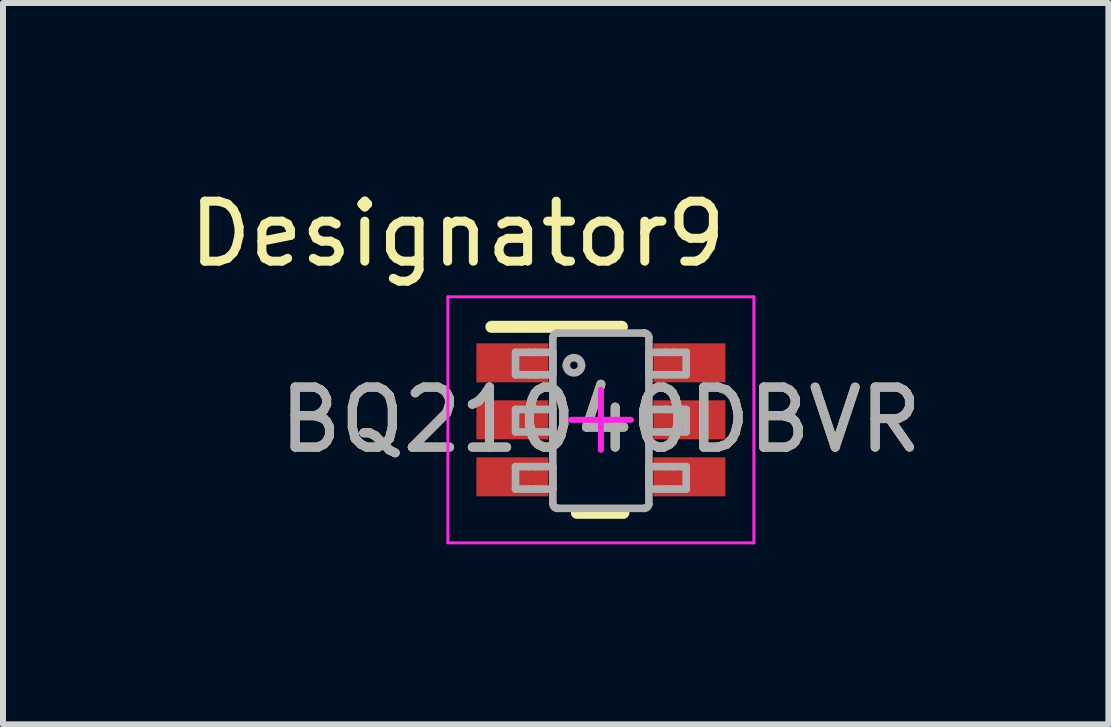
<source format=kicad_pcb>
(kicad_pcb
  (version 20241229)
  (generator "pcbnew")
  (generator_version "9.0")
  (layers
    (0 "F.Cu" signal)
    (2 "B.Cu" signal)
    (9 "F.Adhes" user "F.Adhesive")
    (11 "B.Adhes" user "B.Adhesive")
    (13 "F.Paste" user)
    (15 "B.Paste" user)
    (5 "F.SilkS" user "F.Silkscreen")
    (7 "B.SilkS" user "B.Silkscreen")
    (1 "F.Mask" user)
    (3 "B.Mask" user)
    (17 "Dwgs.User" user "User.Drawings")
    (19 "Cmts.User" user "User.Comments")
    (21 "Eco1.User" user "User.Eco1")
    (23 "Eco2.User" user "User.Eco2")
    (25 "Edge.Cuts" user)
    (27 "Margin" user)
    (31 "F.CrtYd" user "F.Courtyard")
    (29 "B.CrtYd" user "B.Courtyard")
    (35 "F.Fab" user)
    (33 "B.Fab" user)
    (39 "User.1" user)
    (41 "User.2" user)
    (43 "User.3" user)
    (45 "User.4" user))
  (footprint "BQ21040DBVR"
    (layer "F.Cu")
    (at 6.965 3.947)
    (property "Reference" "BQ21040DBVR" (at 0 0 0) (unlocked yes) (layer "F.SilkS") (effects (font (size 1 1) (thickness 0.15))))
    (attr smd)
    (fp_line (start -1.825 -1.55) (end 0.35 -1.55) (stroke (width 0.2) (type solid)) (layer "F.SilkS"))
    (fp_line (start -0.4 1.55) (end 0.375 1.55) (stroke (width 0.2) (type solid)) (layer "F.SilkS"))
    (fp_line (start -2.55 -2.05) (end 2.55 -2.05) (stroke (width 0.05) (type solid)) (layer "F.CrtYd"))
    (fp_line (start -2.55 2.05) (end -2.55 -2.05) (stroke (width 0.05) (type solid)) (layer "F.CrtYd"))
    (fp_line (start -2.55 2.05) (end 2.55 2.05) (stroke (width 0.05) (type solid)) (layer "F.CrtYd"))
    (fp_line (start -0.5 0) (end 0.5 0) (stroke (width 0.1) (type solid)) (layer "F.CrtYd"))
    (fp_line (start 0 0.5) (end 0 -0.5) (stroke (width 0.1) (type solid)) (layer "F.CrtYd"))
    (fp_line (start 2.55 2.05) (end 2.55 -2.05) (stroke (width 0.05) (type solid)) (layer "F.CrtYd"))
    (fp_line (start -1.423 -1.125) (end -1.206 -1.125) (stroke (width 0.127) (type solid)) (layer "F.Fab"))
    (fp_line (start -1.423 -0.751) (end -1.423 -1.125) (stroke (width 0.127) (type solid)) (layer "F.Fab"))
    (fp_line (start -1.423 -0.751) (end -1.206 -0.751) (stroke (width 0.127) (type solid)) (layer "F.Fab"))
    (fp_line (start -1.423 -0.173) (end -1.206 -0.173) (stroke (width 0.127) (type solid)) (layer "F.Fab"))
    (fp_line (start -1.423 0.202) (end -1.423 -0.173) (stroke (width 0.127) (type solid)) (layer "F.Fab"))
    (fp_line (start -1.423 0.202) (end -1.206 0.202) (stroke (width 0.127) (type solid)) (layer "F.Fab"))
    (fp_line (start -1.423 0.78) (end -1.206 0.78) (stroke (width 0.127) (type solid)) (layer "F.Fab"))
    (fp_line (start -1.423 1.154) (end -1.423 0.78) (stroke (width 0.127) (type solid)) (layer "F.Fab"))
    (fp_line (start -1.423 1.154) (end -1.206 1.154) (stroke (width 0.127) (type solid)) (layer "F.Fab"))
    (fp_line (start -1.206 -1.125) (end -1.113 -1.125) (stroke (width 0.127) (type solid)) (layer "F.Fab"))
    (fp_line (start -1.206 -0.751) (end -1.113 -0.751) (stroke (width 0.127) (type solid)) (layer "F.Fab"))
    (fp_line (start -1.206 -0.173) (end -1.113 -0.173) (stroke (width 0.127) (type solid)) (layer "F.Fab"))
    (fp_line (start -1.206 0.202) (end -1.113 0.202) (stroke (width 0.127) (type solid)) (layer "F.Fab"))
    (fp_line (start -1.206 0.78) (end -1.113 0.78) (stroke (width 0.127) (type solid)) (layer "F.Fab"))
    (fp_line (start -1.206 1.154) (end -1.113 1.154) (stroke (width 0.127) (type solid)) (layer "F.Fab"))
    (fp_line (start -1.113 -1.125) (end -1.081 -1.125) (stroke (width 0.127) (type solid)) (layer "F.Fab"))
    (fp_line (start -1.113 -0.751) (end -1.081 -0.751) (stroke (width 0.127) (type solid)) (layer "F.Fab"))
    (fp_line (start -1.113 -0.173) (end -1.081 -0.173) (stroke (width 0.127) (type solid)) (layer "F.Fab"))
    (fp_line (start -1.113 0.202) (end -1.081 0.202) (stroke (width 0.127) (type solid)) (layer "F.Fab"))
    (fp_line (start -1.113 0.78) (end -1.081 0.78) (stroke (width 0.127) (type solid)) (layer "F.Fab"))
    (fp_line (start -1.113 1.154) (end -1.081 1.154) (stroke (width 0.127) (type solid)) (layer "F.Fab"))
    (fp_line (start -1.081 -1.125) (end -0.828 -1.125) (stroke (width 0.127) (type solid)) (layer "F.Fab"))
    (fp_line (start -1.081 -0.751) (end -0.828 -0.751) (stroke (width 0.127) (type solid)) (layer "F.Fab"))
    (fp_line (start -1.081 -0.173) (end -0.828 -0.173) (stroke (width 0.127) (type solid)) (layer "F.Fab"))
    (fp_line (start -1.081 0.202) (end -0.828 0.202) (stroke (width 0.127) (type solid)) (layer "F.Fab"))
    (fp_line (start -1.081 0.78) (end -0.828 0.78) (stroke (width 0.127) (type solid)) (layer "F.Fab"))
    (fp_line (start -1.081 1.154) (end -0.828 1.154) (stroke (width 0.127) (type solid)) (layer "F.Fab"))
    (fp_line (start -0.828 -1.125) (end -0.801 -1.125) (stroke (width 0.127) (type solid)) (layer "F.Fab"))
    (fp_line (start -0.828 -0.751) (end -0.801 -0.751) (stroke (width 0.127) (type solid)) (layer "F.Fab"))
    (fp_line (start -0.828 -0.173) (end -0.801 -0.173) (stroke (width 0.127) (type solid)) (layer "F.Fab"))
    (fp_line (start -0.828 0.202) (end -0.801 0.202) (stroke (width 0.127) (type solid)) (layer "F.Fab"))
    (fp_line (start -0.828 0.78) (end -0.801 0.78) (stroke (width 0.127) (type solid)) (layer "F.Fab"))
    (fp_line (start -0.828 1.154) (end -0.801 1.154) (stroke (width 0.127) (type solid)) (layer "F.Fab"))
    (fp_line (start -0.801 -0.751) (end -0.801 -1.125) (stroke (width 0.127) (type solid)) (layer "F.Fab"))
    (fp_line (start -0.801 0.202) (end -0.801 -0.173) (stroke (width 0.127) (type solid)) (layer "F.Fab"))
    (fp_line (start -0.801 1.154) (end -0.801 0.78) (stroke (width 0.127) (type solid)) (layer "F.Fab"))
    (fp_line (start -0.801 1.399) (end -0.801 -1.37) (stroke (width 0.127) (type solid)) (layer "F.Fab"))
    (fp_line (start -0.725 -1.446) (end -0.724 -1.446) (stroke (width 0.127) (type solid)) (layer "F.Fab"))
    (fp_line (start -0.725 1.475) (end -0.724 1.475) (stroke (width 0.127) (type solid)) (layer "F.Fab"))
    (fp_line (start -0.724 -1.446) (end 0.723 -1.446) (stroke (width 0.127) (type solid)) (layer "F.Fab"))
    (fp_line (start -0.724 1.475) (end 0.723 1.475) (stroke (width 0.127) (type solid)) (layer "F.Fab"))
    (fp_line (start 0.723 -1.446) (end 0.724 -1.446) (stroke (width 0.127) (type solid)) (layer "F.Fab"))
    (fp_line (start 0.723 1.475) (end 0.724 1.475) (stroke (width 0.127) (type solid)) (layer "F.Fab"))
    (fp_line (start 0.8 -1.125) (end 0.827 -1.125) (stroke (width 0.127) (type solid)) (layer "F.Fab"))
    (fp_line (start 0.8 -0.751) (end 0.8 -1.125) (stroke (width 0.127) (type solid)) (layer "F.Fab"))
    (fp_line (start 0.8 -0.751) (end 0.827 -0.751) (stroke (width 0.127) (type solid)) (layer "F.Fab"))
    (fp_line (start 0.8 -0.173) (end 0.827 -0.173) (stroke (width 0.127) (type solid)) (layer "F.Fab"))
    (fp_line (start 0.8 0.202) (end 0.8 -0.173) (stroke (width 0.127) (type solid)) (layer "F.Fab"))
    (fp_line (start 0.8 0.202) (end 0.827 0.202) (stroke (width 0.127) (type solid)) (layer "F.Fab"))
    (fp_line (start 0.8 0.78) (end 0.827 0.78) (stroke (width 0.127) (type solid)) (layer "F.Fab"))
    (fp_line (start 0.8 1.154) (end 0.8 0.78) (stroke (width 0.127) (type solid)) (layer "F.Fab"))
    (fp_line (start 0.8 1.154) (end 0.827 1.154) (stroke (width 0.127) (type solid)) (layer "F.Fab"))
    (fp_line (start 0.8 1.399) (end 0.8 -1.37) (stroke (width 0.127) (type solid)) (layer "F.Fab"))
    (fp_line (start 0.827 -1.125) (end 1.08 -1.125) (stroke (width 0.127) (type solid)) (layer "F.Fab"))
    (fp_line (start 0.827 -0.751) (end 1.08 -0.751) (stroke (width 0.127) (type solid)) (layer "F.Fab"))
    (fp_line (start 0.827 -0.173) (end 1.08 -0.173) (stroke (width 0.127) (type solid)) (layer "F.Fab"))
    (fp_line (start 0.827 0.202) (end 1.08 0.202) (stroke (width 0.127) (type solid)) (layer "F.Fab"))
    (fp_line (start 0.827 0.78) (end 1.08 0.78) (stroke (width 0.127) (type solid)) (layer "F.Fab"))
    (fp_line (start 0.827 1.154) (end 1.08 1.154) (stroke (width 0.127) (type solid)) (layer "F.Fab"))
    (fp_line (start 1.08 -1.125) (end 1.112 -1.125) (stroke (width 0.127) (type solid)) (layer "F.Fab"))
    (fp_line (start 1.08 -0.751) (end 1.112 -0.751) (stroke (width 0.127) (type solid)) (layer "F.Fab"))
    (fp_line (start 1.08 -0.173) (end 1.112 -0.173) (stroke (width 0.127) (type solid)) (layer "F.Fab"))
    (fp_line (start 1.08 0.202) (end 1.112 0.202) (stroke (width 0.127) (type solid)) (layer "F.Fab"))
    (fp_line (start 1.08 0.78) (end 1.112 0.78) (stroke (width 0.127) (type solid)) (layer "F.Fab"))
    (fp_line (start 1.08 1.154) (end 1.112 1.154) (stroke (width 0.127) (type solid)) (layer "F.Fab"))
    (fp_line (start 1.112 -1.125) (end 1.205 -1.125) (stroke (width 0.127) (type solid)) (layer "F.Fab"))
    (fp_line (start 1.112 -0.751) (end 1.205 -0.751) (stroke (width 0.127) (type solid)) (layer "F.Fab"))
    (fp_line (start 1.112 -0.173) (end 1.205 -0.173) (stroke (width 0.127) (type solid)) (layer "F.Fab"))
    (fp_line (start 1.112 0.202) (end 1.205 0.202) (stroke (width 0.127) (type solid)) (layer "F.Fab"))
    (fp_line (start 1.112 0.78) (end 1.205 0.78) (stroke (width 0.127) (type solid)) (layer "F.Fab"))
    (fp_line (start 1.112 1.154) (end 1.205 1.154) (stroke (width 0.127) (type solid)) (layer "F.Fab"))
    (fp_line (start 1.205 -1.125) (end 1.422 -1.125) (stroke (width 0.127) (type solid)) (layer "F.Fab"))
    (fp_line (start 1.205 -0.751) (end 1.422 -0.751) (stroke (width 0.127) (type solid)) (layer "F.Fab"))
    (fp_line (start 1.205 -0.173) (end 1.422 -0.173) (stroke (width 0.127) (type solid)) (layer "F.Fab"))
    (fp_line (start 1.205 0.202) (end 1.422 0.202) (stroke (width 0.127) (type solid)) (layer "F.Fab"))
    (fp_line (start 1.205 0.78) (end 1.422 0.78) (stroke (width 0.127) (type solid)) (layer "F.Fab"))
    (fp_line (start 1.205 1.154) (end 1.422 1.154) (stroke (width 0.127) (type solid)) (layer "F.Fab"))
    (fp_line (start 1.422 -0.751) (end 1.422 -1.125) (stroke (width 0.127) (type solid)) (layer "F.Fab"))
    (fp_line (start 1.422 0.202) (end 1.422 -0.173) (stroke (width 0.127) (type solid)) (layer "F.Fab"))
    (fp_line (start 1.422 1.154) (end 1.422 0.78) (stroke (width 0.127) (type solid)) (layer "F.Fab"))
    (fp_arc (start -0.800692 -1.369901) (mid -0.778512 -1.423533) (end -0.724999 -1.446) (stroke (width 0.127) (type solid)) (layer "F.Fab"))
    (fp_arc (start -0.724999 1.475002) (mid -0.778507 1.452548) (end -0.800692 1.398928) (stroke (width 0.127) (type solid)) (layer "F.Fab"))
    (fp_arc (start -0.576537 -0.906071) (mid -0.449562 -1.033046) (end -0.322588 -0.906071) (stroke (width 0.127) (type solid)) (layer "F.Fab"))
    (fp_arc (start -0.322588 -0.906071) (mid -0.449562 -0.779097) (end -0.576537 -0.906071) (stroke (width 0.127) (type solid)) (layer "F.Fab"))
    (fp_arc (start 0.723841 -1.446) (mid 0.777341 -1.423528) (end 0.799508 -1.369901) (stroke (width 0.127) (type solid)) (layer "F.Fab"))
    (fp_arc (start 0.799508 1.398928) (mid 0.777336 1.452543) (end 0.723841 1.475002) (stroke (width 0.127) (type solid)) (layer "F.Fab"))
    (fp_text user "Designator9" (at -2.388 -3.099 0) (unlocked yes) (layer "F.SilkS") (effects (font (size 1 1) (thickness 0.15))))
    (fp_text user "${REFERENCE}" (at 0 0 0) (unlocked yes) (layer "F.Fab") (effects (font (size 1 1) (thickness 0.15))))
    (pad "1" smd rect (at -1.475 -0.95 90) (size 0.65 1.2) (layers "F.Cu" "F.Mask" "F.Paste"))
    (pad "2" smd rect (at -1.475 0 90) (size 0.65 1.2) (layers "F.Cu" "F.Mask" "F.Paste"))
    (pad "3" smd rect (at -1.475 0.95 90) (size 0.65 1.2) (layers "F.Cu" "F.Mask" "F.Paste"))
    (pad "4" smd rect (at 1.475 0.95 90) (size 0.65 1.2) (layers "F.Cu" "F.Mask" "F.Paste"))
    (pad "5" smd rect (at 1.475 0 90) (size 0.65 1.2) (layers "F.Cu" "F.Mask" "F.Paste"))
    (pad "6" smd rect (at 1.475 -0.95 90) (size 0.65 1.2) (layers "F.Cu" "F.Mask" "F.Paste")))
  (gr_rect
    (start -3 -3)
    (end 15.423 9.022)
    (stroke (width 0.1) (type default))
    (fill no)
    (layer "Edge.Cuts")))
</source>
